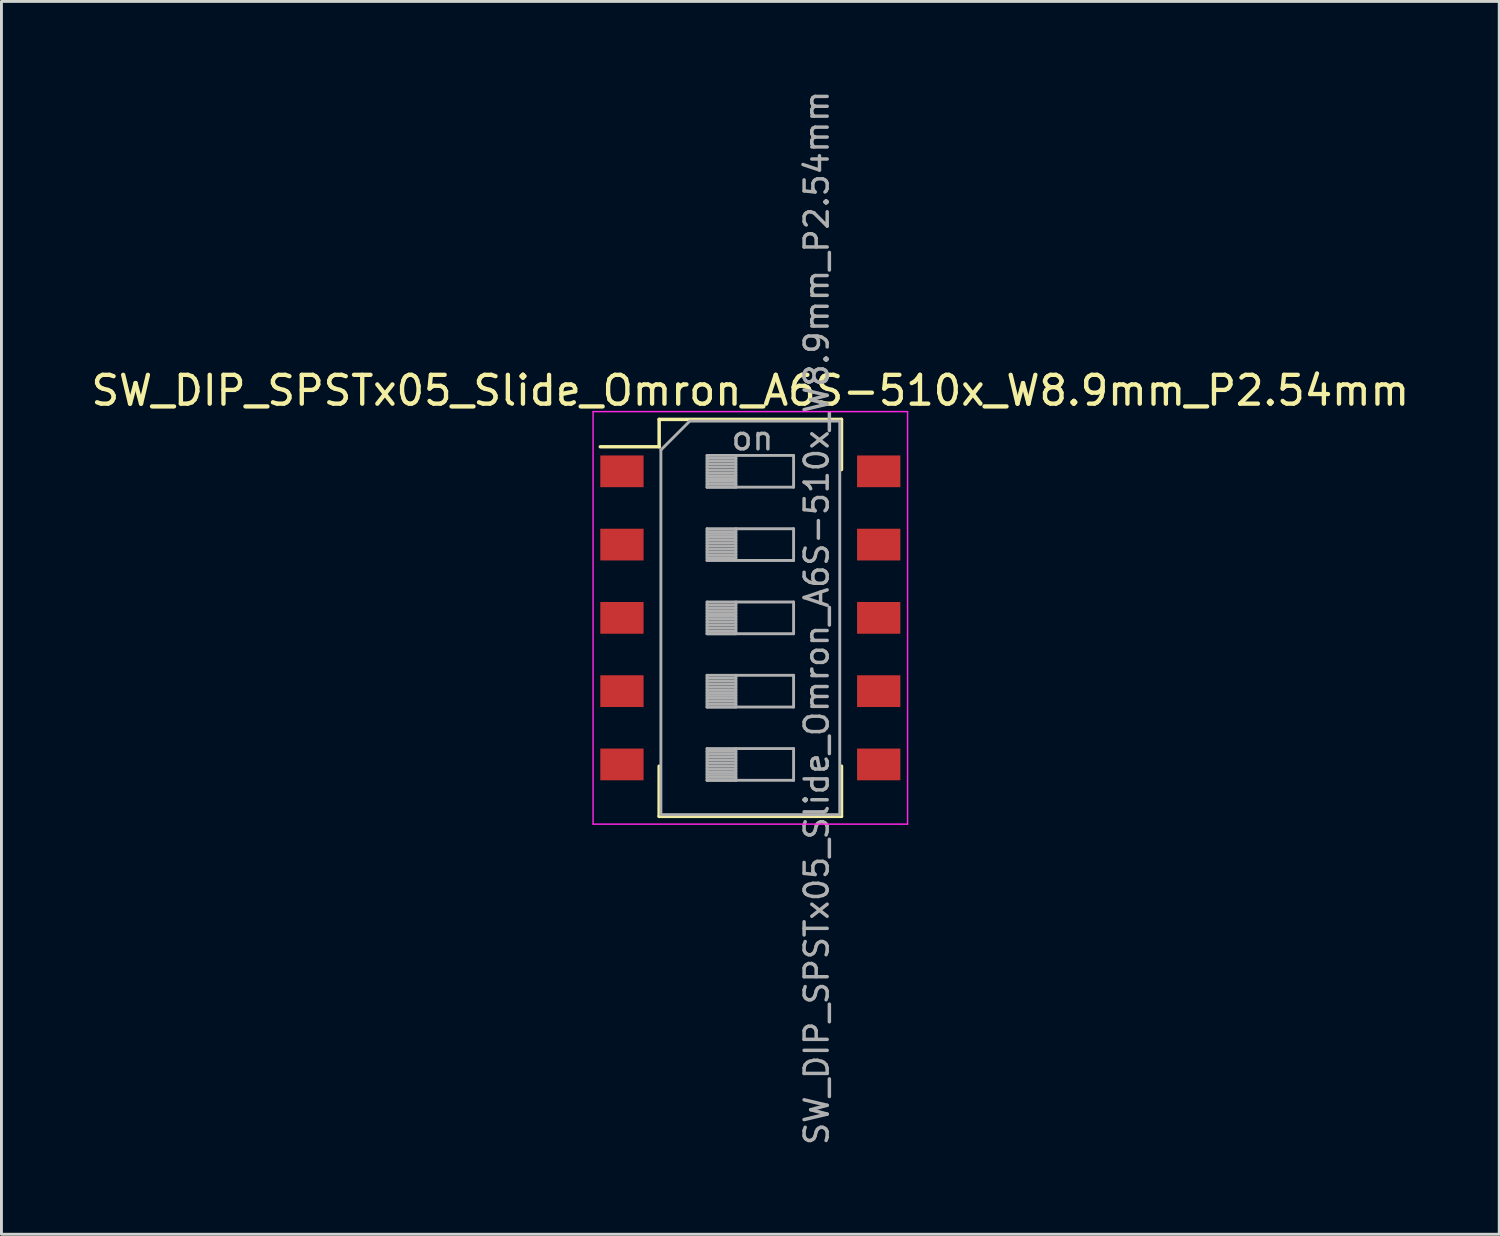
<source format=kicad_pcb>
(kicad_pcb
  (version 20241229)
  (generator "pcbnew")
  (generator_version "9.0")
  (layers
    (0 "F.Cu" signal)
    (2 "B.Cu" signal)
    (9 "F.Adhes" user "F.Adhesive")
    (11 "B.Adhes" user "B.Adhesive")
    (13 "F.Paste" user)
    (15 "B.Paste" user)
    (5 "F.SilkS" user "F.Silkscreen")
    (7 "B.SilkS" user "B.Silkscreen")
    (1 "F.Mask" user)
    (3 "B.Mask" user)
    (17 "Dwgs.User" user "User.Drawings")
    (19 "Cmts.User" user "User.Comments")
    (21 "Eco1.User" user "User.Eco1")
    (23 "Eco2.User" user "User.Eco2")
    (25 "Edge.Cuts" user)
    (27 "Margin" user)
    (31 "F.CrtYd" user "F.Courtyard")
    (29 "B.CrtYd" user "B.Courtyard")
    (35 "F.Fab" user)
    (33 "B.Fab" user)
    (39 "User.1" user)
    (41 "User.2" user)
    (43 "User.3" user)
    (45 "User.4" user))
  (footprint "SW_DIP_SPSTx05_Slide_Omron_A6S-510x_W8.9mm_P2.54mm"
    (layer "F.Cu")
    (at 22.958 18.367)
    (property "Reference" "SW_DIP_SPSTx05_Slide_Omron_A6S-510x_W8.9mm_P2.54mm" (at 0 -7.88 0) (layer "F.SilkS") (effects (font (size 1 1) (thickness 0.15))))
    (attr smd)
    (fp_line (start -5.2 -5.931) (end -3.16 -5.931) (stroke (width 0.12) (type solid)) (layer "F.SilkS"))
    (fp_line (start -3.16 -6.88) (end -3.16 -5.931) (stroke (width 0.12) (type solid)) (layer "F.SilkS"))
    (fp_line (start -3.16 -6.88) (end 3.16 -6.88) (stroke (width 0.12) (type solid)) (layer "F.SilkS"))
    (fp_line (start -3.16 5.14) (end -3.16 6.88) (stroke (width 0.12) (type solid)) (layer "F.SilkS"))
    (fp_line (start -3.16 6.88) (end 3.16 6.88) (stroke (width 0.12) (type solid)) (layer "F.SilkS"))
    (fp_line (start 3.16 -6.88) (end 3.16 -5.141) (stroke (width 0.12) (type solid)) (layer "F.SilkS"))
    (fp_line (start 3.16 5.14) (end 3.16 6.88) (stroke (width 0.12) (type solid)) (layer "F.SilkS"))
    (fp_line (start -5.45 -7.15) (end -5.45 7.15) (stroke (width 0.05) (type solid)) (layer "F.CrtYd"))
    (fp_line (start -5.45 7.15) (end 5.45 7.15) (stroke (width 0.05) (type solid)) (layer "F.CrtYd"))
    (fp_line (start 5.45 -7.15) (end -5.45 -7.15) (stroke (width 0.05) (type solid)) (layer "F.CrtYd"))
    (fp_line (start 5.45 7.15) (end 5.45 -7.15) (stroke (width 0.05) (type solid)) (layer "F.CrtYd"))
    (fp_line (start -3.1 -5.82) (end -2.1 -6.82) (stroke (width 0.1) (type solid)) (layer "F.Fab"))
    (fp_line (start -3.1 6.82) (end -3.1 -5.82) (stroke (width 0.1) (type solid)) (layer "F.Fab"))
    (fp_line (start -2.1 -6.82) (end 3.1 -6.82) (stroke (width 0.1) (type solid)) (layer "F.Fab"))
    (fp_line (start -1.5 -5.63) (end -1.5 -4.53) (stroke (width 0.1) (type solid)) (layer "F.Fab"))
    (fp_line (start -1.5 -5.53) (end -0.5 -5.53) (stroke (width 0.1) (type solid)) (layer "F.Fab"))
    (fp_line (start -1.5 -5.43) (end -0.5 -5.43) (stroke (width 0.1) (type solid)) (layer "F.Fab"))
    (fp_line (start -1.5 -5.33) (end -0.5 -5.33) (stroke (width 0.1) (type solid)) (layer "F.Fab"))
    (fp_line (start -1.5 -5.23) (end -0.5 -5.23) (stroke (width 0.1) (type solid)) (layer "F.Fab"))
    (fp_line (start -1.5 -5.13) (end -0.5 -5.13) (stroke (width 0.1) (type solid)) (layer "F.Fab"))
    (fp_line (start -1.5 -5.03) (end -0.5 -5.03) (stroke (width 0.1) (type solid)) (layer "F.Fab"))
    (fp_line (start -1.5 -4.93) (end -0.5 -4.93) (stroke (width 0.1) (type solid)) (layer "F.Fab"))
    (fp_line (start -1.5 -4.83) (end -0.5 -4.83) (stroke (width 0.1) (type solid)) (layer "F.Fab"))
    (fp_line (start -1.5 -4.73) (end -0.5 -4.73) (stroke (width 0.1) (type solid)) (layer "F.Fab"))
    (fp_line (start -1.5 -4.63) (end -0.5 -4.63) (stroke (width 0.1) (type solid)) (layer "F.Fab"))
    (fp_line (start -1.5 -4.53) (end -0.5 -4.53) (stroke (width 0.1) (type solid)) (layer "F.Fab"))
    (fp_line (start -1.5 -4.53) (end 1.5 -4.53) (stroke (width 0.1) (type solid)) (layer "F.Fab"))
    (fp_line (start -1.5 -3.09) (end -1.5 -1.99) (stroke (width 0.1) (type solid)) (layer "F.Fab"))
    (fp_line (start -1.5 -2.99) (end -0.5 -2.99) (stroke (width 0.1) (type solid)) (layer "F.Fab"))
    (fp_line (start -1.5 -2.89) (end -0.5 -2.89) (stroke (width 0.1) (type solid)) (layer "F.Fab"))
    (fp_line (start -1.5 -2.79) (end -0.5 -2.79) (stroke (width 0.1) (type solid)) (layer "F.Fab"))
    (fp_line (start -1.5 -2.69) (end -0.5 -2.69) (stroke (width 0.1) (type solid)) (layer "F.Fab"))
    (fp_line (start -1.5 -2.59) (end -0.5 -2.59) (stroke (width 0.1) (type solid)) (layer "F.Fab"))
    (fp_line (start -1.5 -2.49) (end -0.5 -2.49) (stroke (width 0.1) (type solid)) (layer "F.Fab"))
    (fp_line (start -1.5 -2.39) (end -0.5 -2.39) (stroke (width 0.1) (type solid)) (layer "F.Fab"))
    (fp_line (start -1.5 -2.29) (end -0.5 -2.29) (stroke (width 0.1) (type solid)) (layer "F.Fab"))
    (fp_line (start -1.5 -2.19) (end -0.5 -2.19) (stroke (width 0.1) (type solid)) (layer "F.Fab"))
    (fp_line (start -1.5 -2.09) (end -0.5 -2.09) (stroke (width 0.1) (type solid)) (layer "F.Fab"))
    (fp_line (start -1.5 -1.99) (end 1.5 -1.99) (stroke (width 0.1) (type solid)) (layer "F.Fab"))
    (fp_line (start -1.5 -0.55) (end -1.5 0.55) (stroke (width 0.1) (type solid)) (layer "F.Fab"))
    (fp_line (start -1.5 -0.45) (end -0.5 -0.45) (stroke (width 0.1) (type solid)) (layer "F.Fab"))
    (fp_line (start -1.5 -0.35) (end -0.5 -0.35) (stroke (width 0.1) (type solid)) (layer "F.Fab"))
    (fp_line (start -1.5 -0.25) (end -0.5 -0.25) (stroke (width 0.1) (type solid)) (layer "F.Fab"))
    (fp_line (start -1.5 -0.15) (end -0.5 -0.15) (stroke (width 0.1) (type solid)) (layer "F.Fab"))
    (fp_line (start -1.5 -0.05) (end -0.5 -0.05) (stroke (width 0.1) (type solid)) (layer "F.Fab"))
    (fp_line (start -1.5 0.05) (end -0.5 0.05) (stroke (width 0.1) (type solid)) (layer "F.Fab"))
    (fp_line (start -1.5 0.15) (end -0.5 0.15) (stroke (width 0.1) (type solid)) (layer "F.Fab"))
    (fp_line (start -1.5 0.25) (end -0.5 0.25) (stroke (width 0.1) (type solid)) (layer "F.Fab"))
    (fp_line (start -1.5 0.35) (end -0.5 0.35) (stroke (width 0.1) (type solid)) (layer "F.Fab"))
    (fp_line (start -1.5 0.45) (end -0.5 0.45) (stroke (width 0.1) (type solid)) (layer "F.Fab"))
    (fp_line (start -1.5 0.55) (end -0.5 0.55) (stroke (width 0.1) (type solid)) (layer "F.Fab"))
    (fp_line (start -1.5 0.55) (end 1.5 0.55) (stroke (width 0.1) (type solid)) (layer "F.Fab"))
    (fp_line (start -1.5 1.99) (end -1.5 3.09) (stroke (width 0.1) (type solid)) (layer "F.Fab"))
    (fp_line (start -1.5 2.09) (end -0.5 2.09) (stroke (width 0.1) (type solid)) (layer "F.Fab"))
    (fp_line (start -1.5 2.19) (end -0.5 2.19) (stroke (width 0.1) (type solid)) (layer "F.Fab"))
    (fp_line (start -1.5 2.29) (end -0.5 2.29) (stroke (width 0.1) (type solid)) (layer "F.Fab"))
    (fp_line (start -1.5 2.39) (end -0.5 2.39) (stroke (width 0.1) (type solid)) (layer "F.Fab"))
    (fp_line (start -1.5 2.49) (end -0.5 2.49) (stroke (width 0.1) (type solid)) (layer "F.Fab"))
    (fp_line (start -1.5 2.59) (end -0.5 2.59) (stroke (width 0.1) (type solid)) (layer "F.Fab"))
    (fp_line (start -1.5 2.69) (end -0.5 2.69) (stroke (width 0.1) (type solid)) (layer "F.Fab"))
    (fp_line (start -1.5 2.79) (end -0.5 2.79) (stroke (width 0.1) (type solid)) (layer "F.Fab"))
    (fp_line (start -1.5 2.89) (end -0.5 2.89) (stroke (width 0.1) (type solid)) (layer "F.Fab"))
    (fp_line (start -1.5 2.99) (end -0.5 2.99) (stroke (width 0.1) (type solid)) (layer "F.Fab"))
    (fp_line (start -1.5 3.09) (end -0.5 3.09) (stroke (width 0.1) (type solid)) (layer "F.Fab"))
    (fp_line (start -1.5 3.09) (end 1.5 3.09) (stroke (width 0.1) (type solid)) (layer "F.Fab"))
    (fp_line (start -1.5 4.53) (end -1.5 5.63) (stroke (width 0.1) (type solid)) (layer "F.Fab"))
    (fp_line (start -1.5 4.63) (end -0.5 4.63) (stroke (width 0.1) (type solid)) (layer "F.Fab"))
    (fp_line (start -1.5 4.73) (end -0.5 4.73) (stroke (width 0.1) (type solid)) (layer "F.Fab"))
    (fp_line (start -1.5 4.83) (end -0.5 4.83) (stroke (width 0.1) (type solid)) (layer "F.Fab"))
    (fp_line (start -1.5 4.93) (end -0.5 4.93) (stroke (width 0.1) (type solid)) (layer "F.Fab"))
    (fp_line (start -1.5 5.03) (end -0.5 5.03) (stroke (width 0.1) (type solid)) (layer "F.Fab"))
    (fp_line (start -1.5 5.13) (end -0.5 5.13) (stroke (width 0.1) (type solid)) (layer "F.Fab"))
    (fp_line (start -1.5 5.23) (end -0.5 5.23) (stroke (width 0.1) (type solid)) (layer "F.Fab"))
    (fp_line (start -1.5 5.33) (end -0.5 5.33) (stroke (width 0.1) (type solid)) (layer "F.Fab"))
    (fp_line (start -1.5 5.43) (end -0.5 5.43) (stroke (width 0.1) (type solid)) (layer "F.Fab"))
    (fp_line (start -1.5 5.53) (end -0.5 5.53) (stroke (width 0.1) (type solid)) (layer "F.Fab"))
    (fp_line (start -1.5 5.63) (end -0.5 5.63) (stroke (width 0.1) (type solid)) (layer "F.Fab"))
    (fp_line (start -1.5 5.63) (end 1.5 5.63) (stroke (width 0.1) (type solid)) (layer "F.Fab"))
    (fp_line (start -0.5 -5.63) (end -0.5 -4.53) (stroke (width 0.1) (type solid)) (layer "F.Fab"))
    (fp_line (start -0.5 -3.09) (end -0.5 -1.99) (stroke (width 0.1) (type solid)) (layer "F.Fab"))
    (fp_line (start -0.5 -0.55) (end -0.5 0.55) (stroke (width 0.1) (type solid)) (layer "F.Fab"))
    (fp_line (start -0.5 1.99) (end -0.5 3.09) (stroke (width 0.1) (type solid)) (layer "F.Fab"))
    (fp_line (start -0.5 4.53) (end -0.5 5.63) (stroke (width 0.1) (type solid)) (layer "F.Fab"))
    (fp_line (start 1.5 -5.63) (end -1.5 -5.63) (stroke (width 0.1) (type solid)) (layer "F.Fab"))
    (fp_line (start 1.5 -4.53) (end 1.5 -5.63) (stroke (width 0.1) (type solid)) (layer "F.Fab"))
    (fp_line (start 1.5 -3.09) (end -1.5 -3.09) (stroke (width 0.1) (type solid)) (layer "F.Fab"))
    (fp_line (start 1.5 -1.99) (end 1.5 -3.09) (stroke (width 0.1) (type solid)) (layer "F.Fab"))
    (fp_line (start 1.5 -0.55) (end -1.5 -0.55) (stroke (width 0.1) (type solid)) (layer "F.Fab"))
    (fp_line (start 1.5 0.55) (end 1.5 -0.55) (stroke (width 0.1) (type solid)) (layer "F.Fab"))
    (fp_line (start 1.5 1.99) (end -1.5 1.99) (stroke (width 0.1) (type solid)) (layer "F.Fab"))
    (fp_line (start 1.5 3.09) (end 1.5 1.99) (stroke (width 0.1) (type solid)) (layer "F.Fab"))
    (fp_line (start 1.5 4.53) (end -1.5 4.53) (stroke (width 0.1) (type solid)) (layer "F.Fab"))
    (fp_line (start 1.5 5.63) (end 1.5 4.53) (stroke (width 0.1) (type solid)) (layer "F.Fab"))
    (fp_line (start 3.1 -6.82) (end 3.1 6.82) (stroke (width 0.1) (type solid)) (layer "F.Fab"))
    (fp_line (start 3.1 6.82) (end -3.1 6.82) (stroke (width 0.1) (type solid)) (layer "F.Fab"))
    (fp_text user "${REFERENCE}" (at 2.3 0 90) (layer "F.Fab") (effects (font (size 0.8 0.8) (thickness 0.12))))
    (fp_text user "on" (at 0.075 -6.225 0) (layer "F.Fab") (effects (font (size 0.8 0.8) (thickness 0.12))))
    (pad "1" smd rect (at -4.45 -5.08) (size 1.5 1.1) (layers "F.Cu" "F.Mask" "F.Paste"))
    (pad "2" smd rect (at -4.45 -2.54) (size 1.5 1.1) (layers "F.Cu" "F.Mask" "F.Paste"))
    (pad "3" smd rect (at -4.45 0) (size 1.5 1.1) (layers "F.Cu" "F.Mask" "F.Paste"))
    (pad "4" smd rect (at -4.45 2.54) (size 1.5 1.1) (layers "F.Cu" "F.Mask" "F.Paste"))
    (pad "5" smd rect (at -4.45 5.08) (size 1.5 1.1) (layers "F.Cu" "F.Mask" "F.Paste"))
    (pad "6" smd rect (at 4.45 5.08) (size 1.5 1.1) (layers "F.Cu" "F.Mask" "F.Paste"))
    (pad "7" smd rect (at 4.45 2.54) (size 1.5 1.1) (layers "F.Cu" "F.Mask" "F.Paste"))
    (pad "8" smd rect (at 4.45 0) (size 1.5 1.1) (layers "F.Cu" "F.Mask" "F.Paste"))
    (pad "9" smd rect (at 4.45 -2.54) (size 1.5 1.1) (layers "F.Cu" "F.Mask" "F.Paste"))
    (pad "10" smd rect (at 4.45 -5.08) (size 1.5 1.1) (layers "F.Cu" "F.Mask" "F.Paste")))
  (gr_rect
    (start -3 -3)
    (end 48.917 39.733)
    (stroke (width 0.1) (type default))
    (fill no)
    (layer "Edge.Cuts")))
</source>
